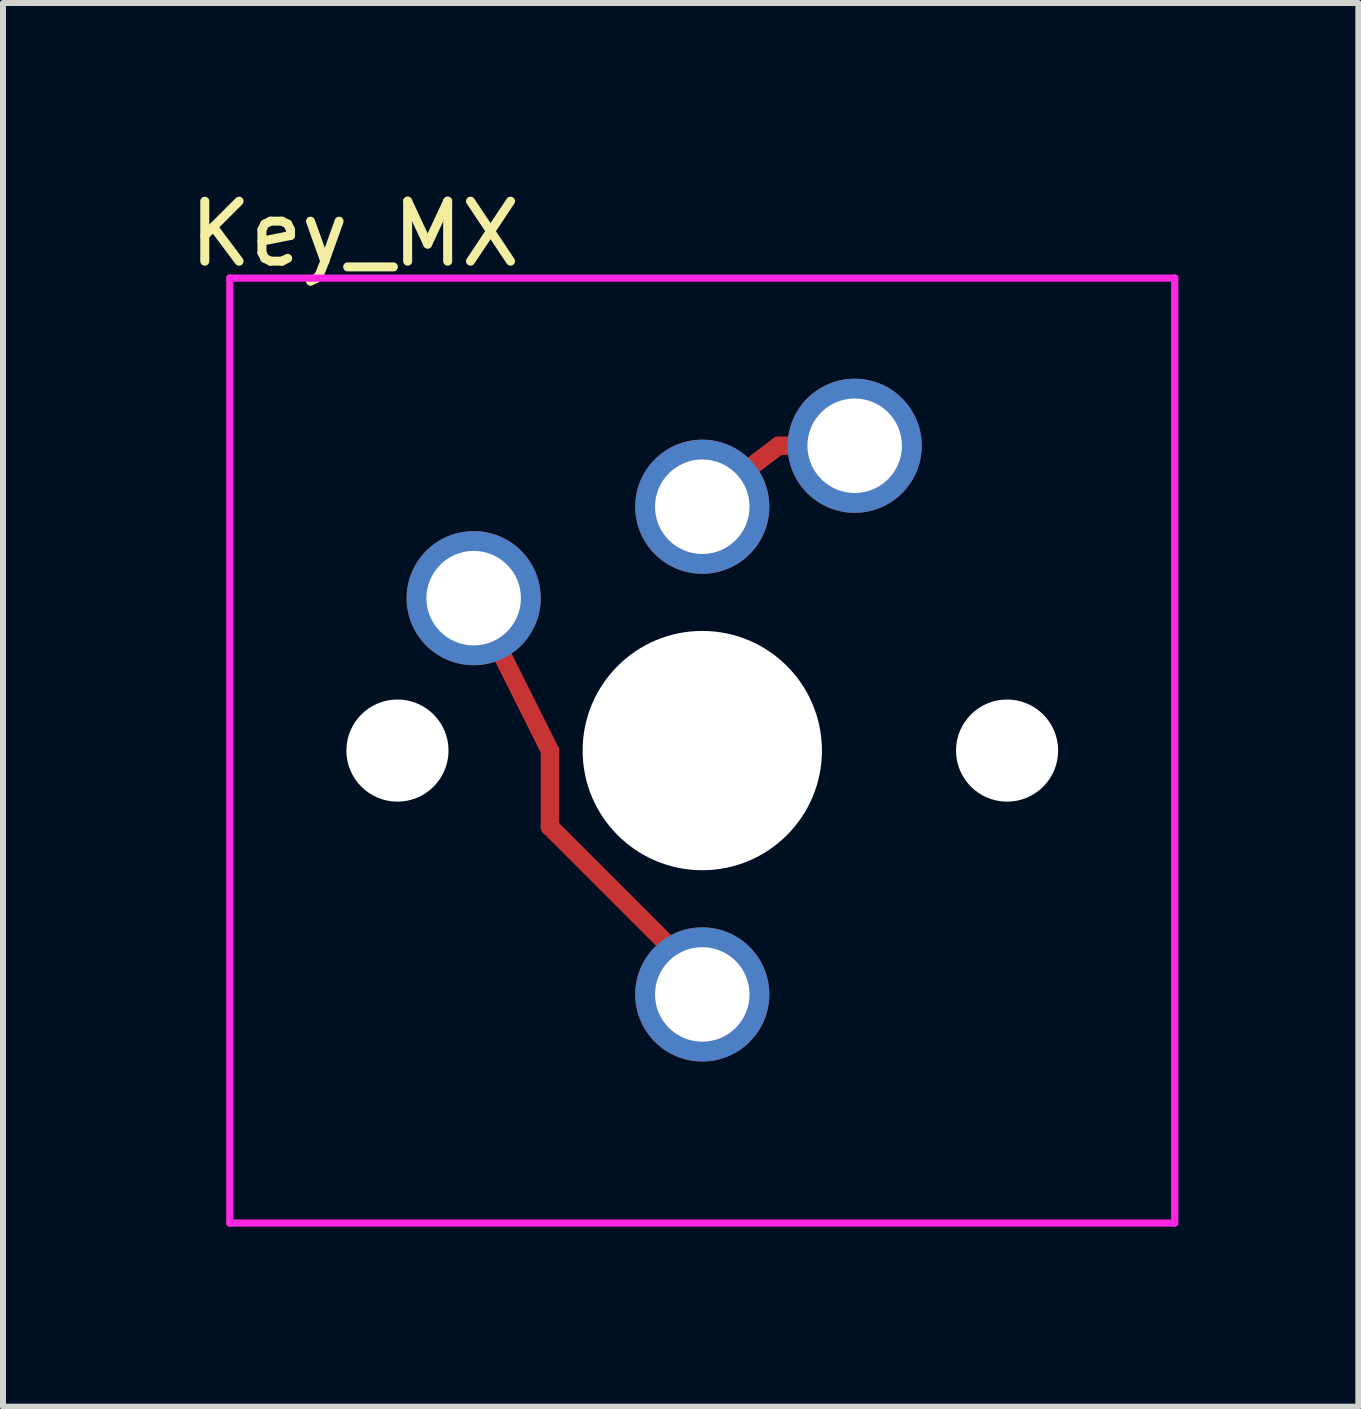
<source format=kicad_pcb>
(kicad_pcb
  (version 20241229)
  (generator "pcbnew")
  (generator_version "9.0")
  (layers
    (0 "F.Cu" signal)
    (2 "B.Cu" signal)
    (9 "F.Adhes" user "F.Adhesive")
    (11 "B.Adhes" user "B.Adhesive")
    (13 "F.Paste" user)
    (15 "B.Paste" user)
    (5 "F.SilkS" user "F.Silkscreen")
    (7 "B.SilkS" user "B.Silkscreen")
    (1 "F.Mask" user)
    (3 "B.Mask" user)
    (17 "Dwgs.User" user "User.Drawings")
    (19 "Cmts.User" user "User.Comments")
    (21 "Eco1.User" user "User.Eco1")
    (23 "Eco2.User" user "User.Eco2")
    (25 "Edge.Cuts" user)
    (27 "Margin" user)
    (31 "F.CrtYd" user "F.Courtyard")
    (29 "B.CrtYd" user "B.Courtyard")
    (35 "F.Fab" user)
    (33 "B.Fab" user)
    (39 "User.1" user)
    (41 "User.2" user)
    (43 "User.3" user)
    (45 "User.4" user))
  (footprint "Key_MX"
    (layer "F.Cu")
    (at 8.654 9.459)
    (property "Reference" "Key_MX" (at -5.791 -8.611 0) (layer "F.SilkS") (effects (font (size 1 1) (thickness 0.15))))
    (attr through_hole)
    (fp_line (start -3.81 -2.54) (end -2.54 0) (stroke (width 0.305) (type solid)) (layer "F.Cu"))
    (fp_line (start -2.54 0) (end -2.54 1.27) (stroke (width 0.305) (type solid)) (layer "F.Cu"))
    (fp_line (start -2.54 1.27) (end 0 3.81) (stroke (width 0.305) (type solid)) (layer "F.Cu"))
    (fp_line (start 1.27 -5.08) (end 0.737 -4.674) (stroke (width 0.305) (type solid)) (layer "F.Cu"))
    (fp_line (start 1.651 -5.08) (end 1.27 -5.08) (stroke (width 0.305) (type solid)) (layer "F.Cu"))
    (fp_line (start -7.874 -7.874) (end 7.874 -7.874) (stroke (width 0.12) (type solid)) (layer "F.CrtYd"))
    (fp_line (start -7.874 7.874) (end -7.874 -7.874) (stroke (width 0.12) (type solid)) (layer "F.CrtYd"))
    (fp_line (start 7.874 -7.874) (end 7.874 7.874) (stroke (width 0.12) (type solid)) (layer "F.CrtYd"))
    (fp_line (start 7.874 7.874) (end -7.874 7.874) (stroke (width 0.12) (type solid)) (layer "F.CrtYd"))
    (pad "" np_thru_hole circle (at -5.08 0) (size 1.702 1.702) (drill 1.702) (layers "*.Cu" "*.Mask"))
    (pad "" np_thru_hole circle (at 0 0) (size 3.988 3.988) (drill 3.988) (layers "*.Cu" "*.Mask"))
    (pad "" np_thru_hole circle (at 5.08 0) (size 1.702 1.702) (drill 1.702) (layers "*.Cu" "*.Mask"))
    (pad "1" thru_hole circle (at 0 -4.064) (size 2.235 2.235) (drill 1.575) (layers "*.Cu" "*.Mask"))
    (pad "2" thru_hole circle (at 0 4.064) (size 2.235 2.235) (drill 1.575) (layers "*.Cu" "*.Mask"))
    (pad "3" thru_hole circle (at 2.54 -5.08) (size 2.235 2.235) (drill 1.575) (layers "*.Cu" "*.Mask"))
    (pad "4" thru_hole circle (at -3.81 -2.54) (size 2.235 2.235) (drill 1.575) (layers "*.Cu" "*.Mask")))
  (gr_rect
    (start -3 -3)
    (end 19.588 20.393)
    (stroke (width 0.1) (type default))
    (fill no)
    (layer "Edge.Cuts")))
</source>
